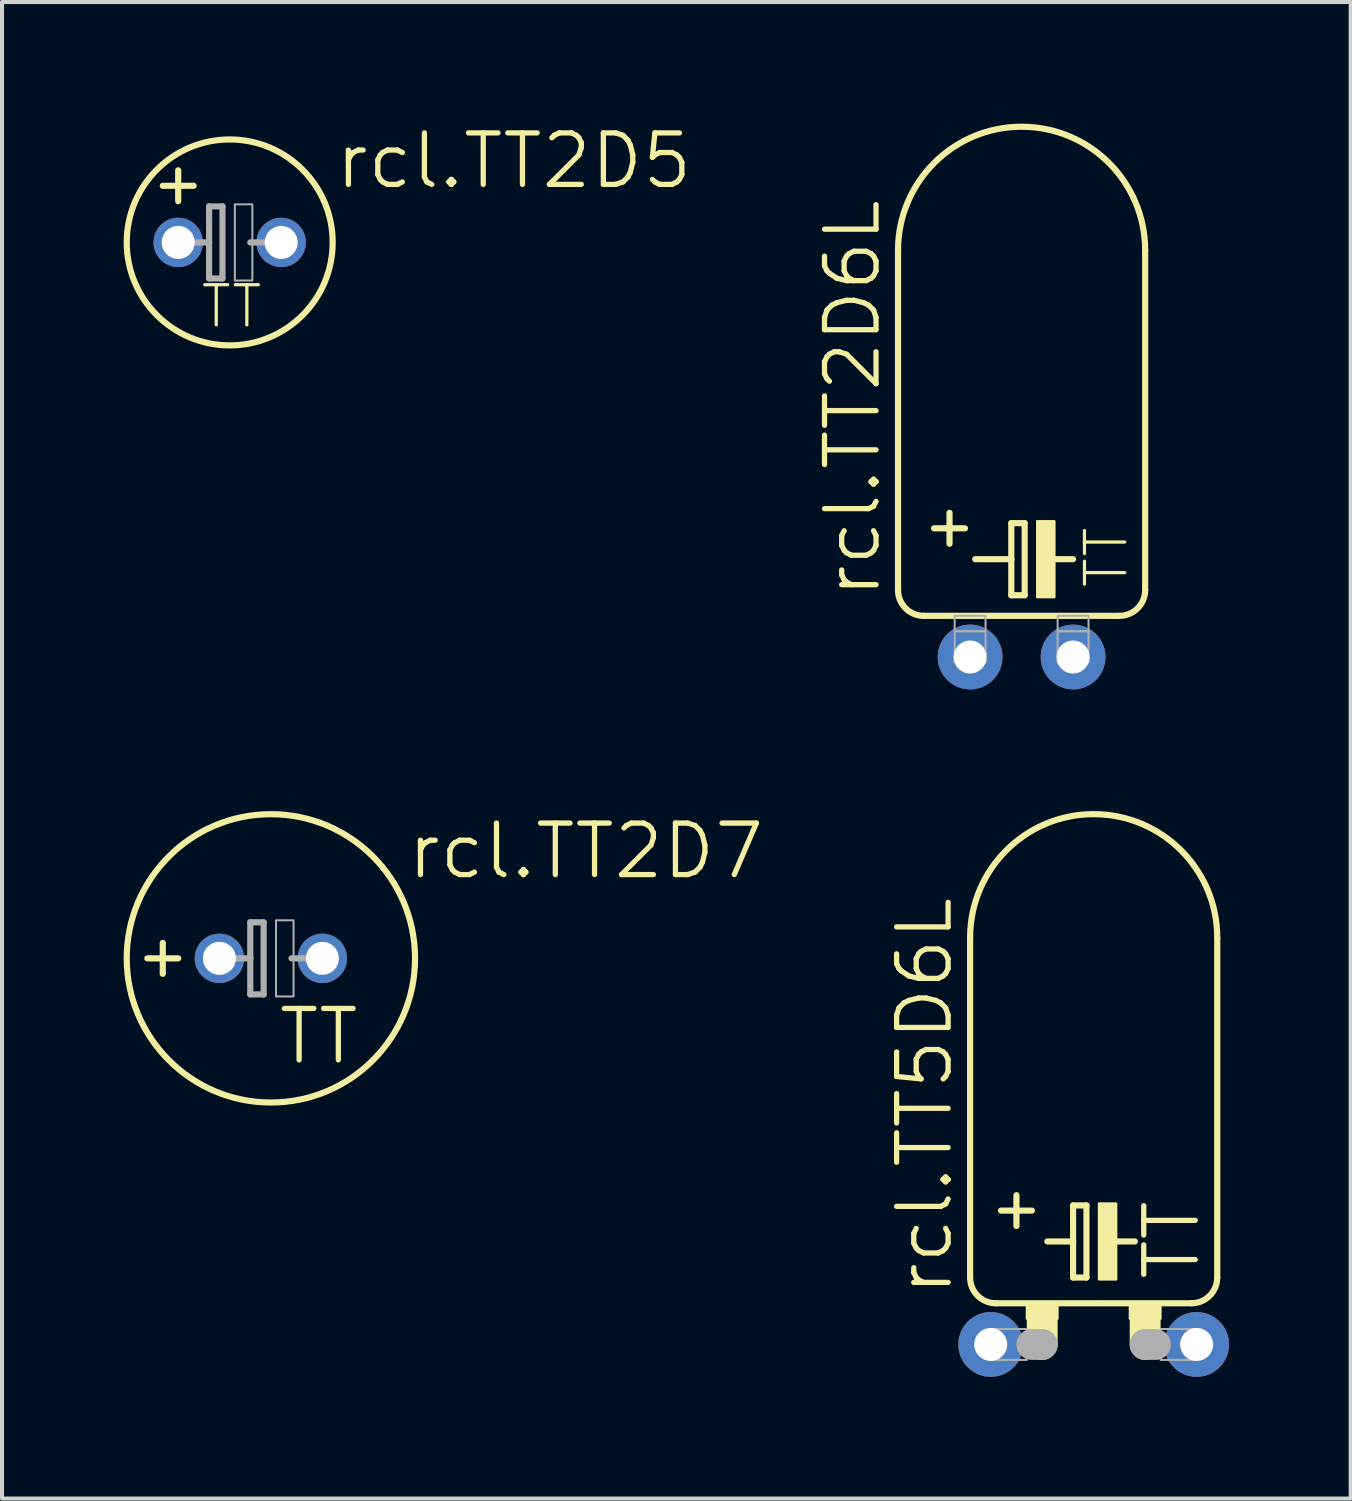
<source format=kicad_pcb>
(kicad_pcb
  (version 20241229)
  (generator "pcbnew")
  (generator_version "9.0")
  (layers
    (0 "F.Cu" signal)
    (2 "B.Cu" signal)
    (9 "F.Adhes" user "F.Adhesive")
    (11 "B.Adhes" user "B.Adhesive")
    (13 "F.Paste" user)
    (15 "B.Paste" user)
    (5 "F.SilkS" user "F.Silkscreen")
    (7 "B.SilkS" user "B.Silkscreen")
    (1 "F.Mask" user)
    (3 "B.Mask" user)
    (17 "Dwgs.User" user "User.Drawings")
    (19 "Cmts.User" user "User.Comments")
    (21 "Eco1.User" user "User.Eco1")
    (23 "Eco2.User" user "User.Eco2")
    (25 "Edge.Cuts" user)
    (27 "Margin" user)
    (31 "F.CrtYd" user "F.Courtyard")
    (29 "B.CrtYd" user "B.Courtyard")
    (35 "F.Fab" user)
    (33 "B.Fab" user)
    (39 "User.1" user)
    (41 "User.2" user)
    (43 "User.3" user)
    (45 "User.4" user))
  (footprint "rcl.TT2D7"
    (layer "F.Cu")
    (at 3.632 20.59)
    (property "Reference" "rcl.TT2D7" (at 3.302 -1.905 0) (layer "F.SilkS") (effects (font (size 1.27 1.27) (thickness 0.13)) (justify left bottom)))
    (attr through_hole)
    (fp_line (start -2.667 0.381) (end -2.667 -0.381) (stroke (width 0.152) (type default)) (layer "F.SilkS"))
    (fp_line (start -2.286 0) (end -3.048 0) (stroke (width 0.152) (type default)) (layer "F.SilkS"))
    (fp_circle (center 0 0) (end 3.556 0) (stroke (width 0.152) (type default)) (fill no) (layer "F.SilkS"))
    (fp_line (start -1.016 0) (end -0.508 0) (stroke (width 0.152) (type default)) (layer "F.Fab"))
    (fp_line (start -0.508 -0.889) (end -0.508 0) (stroke (width 0.152) (type default)) (layer "F.Fab"))
    (fp_line (start -0.508 0) (end -0.508 0.889) (stroke (width 0.152) (type default)) (layer "F.Fab"))
    (fp_line (start -0.508 0.889) (end -0.178 0.889) (stroke (width 0.152) (type default)) (layer "F.Fab"))
    (fp_line (start -0.178 -0.889) (end -0.508 -0.889) (stroke (width 0.152) (type default)) (layer "F.Fab"))
    (fp_line (start -0.178 0.889) (end -0.178 -0.889) (stroke (width 0.152) (type default)) (layer "F.Fab"))
    (fp_line (start 0.508 0) (end 1.016 0) (stroke (width 0.152) (type default)) (layer "F.Fab"))
    (fp_rect (start 0.127 0.94) (end 0.559 -0.94) (stroke (width 0.05) (type default)) (fill no) (layer "F.Fab"))
    (fp_text user "TT" (at 0.127 2.667 0) (layer "F.SilkS") (effects (font (size 1.27 1.27) (thickness 0.13)) (justify left bottom)))
    (pad "+" thru_hole circle (at -1.27 0) (size 1.219 1.219) (drill 0.813) (layers "*.Cu" "*.Mask"))
    (pad "-" thru_hole circle (at 1.27 0) (size 1.219 1.219) (drill 0.813) (layers "*.Cu" "*.Mask")))
  (footprint "rcl.TT2D6L"
    (layer "F.Cu")
    (at 22.15 13.157)
    (property "Reference" "rcl.TT2D6L" (at -3.429 -1.397 90) (layer "F.SilkS") (effects (font (size 1.27 1.27) (thickness 0.13)) (justify left bottom)))
    (attr through_hole)
    (fp_line (start -3.048 -10.033) (end -3.048 -1.651) (stroke (width 0.152) (type default)) (layer "F.SilkS"))
    (fp_line (start -2.413 -1.016) (end 2.413 -1.016) (stroke (width 0.152) (type default)) (layer "F.SilkS"))
    (fp_line (start -2.159 -3.175) (end -1.397 -3.175) (stroke (width 0.152) (type default)) (layer "F.SilkS"))
    (fp_line (start -1.778 -2.794) (end -1.778 -3.556) (stroke (width 0.152) (type default)) (layer "F.SilkS"))
    (fp_line (start -1.143 -2.413) (end -0.254 -2.413) (stroke (width 0.152) (type default)) (layer "F.SilkS"))
    (fp_line (start -0.254 -3.302) (end -0.254 -2.413) (stroke (width 0.152) (type default)) (layer "F.SilkS"))
    (fp_line (start -0.254 -2.413) (end -0.254 -1.524) (stroke (width 0.152) (type default)) (layer "F.SilkS"))
    (fp_line (start -0.254 -1.524) (end 0.076 -1.524) (stroke (width 0.152) (type default)) (layer "F.SilkS"))
    (fp_line (start 0.076 -3.302) (end -0.254 -3.302) (stroke (width 0.152) (type default)) (layer "F.SilkS"))
    (fp_line (start 0.076 -1.524) (end 0.076 -3.302) (stroke (width 0.152) (type default)) (layer "F.SilkS"))
    (fp_line (start 0.762 -2.413) (end 1.27 -2.413) (stroke (width 0.152) (type default)) (layer "F.SilkS"))
    (fp_line (start 3.048 -10.033) (end 3.048 -1.651) (stroke (width 0.152) (type default)) (layer "F.SilkS"))
    (fp_rect (start 0.381 -1.473) (end 0.813 -3.353) (stroke (width 0.05) (type default)) (fill yes) (layer "F.SilkS"))
    (fp_arc (start -3.048 -10.033) (mid 0 -13.081) (end 3.048 -10.033) (stroke (width 0.1524) (type default)) (layer "F.SilkS"))
    (fp_arc (start -2.413 -1.016) (mid -2.862013 -1.201987) (end -3.048 -1.651) (stroke (width 0.1524) (type default)) (layer "F.SilkS"))
    (fp_arc (start 3.048 -1.651) (mid 2.862013 -1.201987) (end 2.413 -1.016) (stroke (width 0.1524) (type default)) (layer "F.SilkS"))
    (fp_rect (start -1.651 -0.635) (end -0.889 -1.016) (stroke (width 0.05) (type default)) (fill no) (layer "F.Fab"))
    (fp_rect (start -1.651 0.127) (end -0.889 -0.635) (stroke (width 0.05) (type default)) (fill no) (layer "F.Fab"))
    (fp_rect (start 0.889 -0.635) (end 1.651 -1.016) (stroke (width 0.05) (type default)) (fill no) (layer "F.Fab"))
    (fp_rect (start 0.889 0.127) (end 1.651 -0.635) (stroke (width 0.05) (type default)) (fill no) (layer "F.Fab"))
    (fp_text user "TT" (at 2.667 -1.651 90) (layer "F.SilkS") (effects (font (size 0.991 0.991) (thickness 0.08)) (justify left bottom)))
    (pad "+" thru_hole circle (at -1.27 0) (size 1.6 1.6) (drill 0.813) (layers "*.Cu" "*.Mask"))
    (pad "-" thru_hole circle (at 1.27 0) (size 1.6 1.6) (drill 0.813) (layers "*.Cu" "*.Mask")))
  (footprint "rcl.TT2D5"
    (layer "F.Cu")
    (at 2.616 2.93)
    (property "Reference" "rcl.TT2D5" (at 2.54 -1.27 0) (layer "F.SilkS") (effects (font (size 1.27 1.27) (thickness 0.13)) (justify left bottom)))
    (attr through_hole)
    (fp_line (start -1.27 -1.016) (end -1.27 -1.778) (stroke (width 0.152) (type default)) (layer "F.SilkS"))
    (fp_line (start -0.889 -1.397) (end -1.651 -1.397) (stroke (width 0.152) (type default)) (layer "F.SilkS"))
    (fp_circle (center 0 0) (end 2.54 0) (stroke (width 0.152) (type default)) (fill no) (layer "F.SilkS"))
    (fp_line (start -1.016 0) (end -0.508 0) (stroke (width 0.152) (type default)) (layer "F.Fab"))
    (fp_line (start -0.508 -0.889) (end -0.508 0) (stroke (width 0.152) (type default)) (layer "F.Fab"))
    (fp_line (start -0.508 0) (end -0.508 0.889) (stroke (width 0.152) (type default)) (layer "F.Fab"))
    (fp_line (start -0.508 0.889) (end -0.178 0.889) (stroke (width 0.152) (type default)) (layer "F.Fab"))
    (fp_line (start -0.178 -0.889) (end -0.508 -0.889) (stroke (width 0.152) (type default)) (layer "F.Fab"))
    (fp_line (start -0.178 0.889) (end -0.178 -0.889) (stroke (width 0.152) (type default)) (layer "F.Fab"))
    (fp_line (start 0.508 0) (end 1.016 0) (stroke (width 0.152) (type default)) (layer "F.Fab"))
    (fp_rect (start 0.127 0.94) (end 0.559 -0.94) (stroke (width 0.05) (type default)) (fill no) (layer "F.Fab"))
    (fp_text user "TT" (at -0.762 2.159 0) (layer "F.SilkS") (effects (font (size 0.991 0.991) (thickness 0.08)) (justify left bottom)))
    (pad "+" thru_hole circle (at -1.27 0) (size 1.219 1.219) (drill 0.813) (layers "*.Cu" "*.Mask"))
    (pad "-" thru_hole circle (at 1.27 0) (size 1.219 1.219) (drill 0.813) (layers "*.Cu" "*.Mask")))
  (footprint "rcl.TT5D6L"
    (layer "F.Cu")
    (at 23.928 30.114)
    (property "Reference" "rcl.TT5D6L" (at -3.429 -1.143 90) (layer "F.SilkS") (effects (font (size 1.27 1.27) (thickness 0.13)) (justify left bottom)))
    (attr through_hole)
    (fp_line (start -3.048 -10.033) (end -3.048 -1.651) (stroke (width 0.152) (type default)) (layer "F.SilkS"))
    (fp_line (start -2.413 -1.016) (end 2.413 -1.016) (stroke (width 0.152) (type default)) (layer "F.SilkS"))
    (fp_line (start -2.286 -3.302) (end -1.524 -3.302) (stroke (width 0.152) (type default)) (layer "F.SilkS"))
    (fp_line (start -1.905 -2.921) (end -1.905 -3.683) (stroke (width 0.152) (type default)) (layer "F.SilkS"))
    (fp_line (start -1.27 -0.635) (end -1.27 0) (stroke (width 0.762) (type default)) (layer "F.SilkS"))
    (fp_line (start -1.143 -2.54) (end -0.508 -2.54) (stroke (width 0.152) (type default)) (layer "F.SilkS"))
    (fp_line (start -0.508 -3.429) (end -0.508 -2.54) (stroke (width 0.152) (type default)) (layer "F.SilkS"))
    (fp_line (start -0.508 -2.54) (end -0.508 -1.651) (stroke (width 0.152) (type default)) (layer "F.SilkS"))
    (fp_line (start -0.508 -1.651) (end -0.178 -1.651) (stroke (width 0.152) (type default)) (layer "F.SilkS"))
    (fp_line (start -0.178 -3.429) (end -0.508 -3.429) (stroke (width 0.152) (type default)) (layer "F.SilkS"))
    (fp_line (start -0.178 -1.651) (end -0.178 -3.429) (stroke (width 0.152) (type default)) (layer "F.SilkS"))
    (fp_line (start 0.508 -2.54) (end 1.016 -2.54) (stroke (width 0.152) (type default)) (layer "F.SilkS"))
    (fp_line (start 1.27 -0.635) (end 1.27 0) (stroke (width 0.762) (type default)) (layer "F.SilkS"))
    (fp_line (start 3.048 -10.033) (end 3.048 -1.651) (stroke (width 0.152) (type default)) (layer "F.SilkS"))
    (fp_rect (start -1.651 -0.635) (end -0.889 -1.016) (stroke (width 0.05) (type default)) (fill yes) (layer "F.SilkS"))
    (fp_rect (start 0.127 -1.6) (end 0.559 -3.48) (stroke (width 0.05) (type default)) (fill yes) (layer "F.SilkS"))
    (fp_rect (start 0.889 -0.635) (end 1.651 -1.016) (stroke (width 0.05) (type default)) (fill yes) (layer "F.SilkS"))
    (fp_arc (start -3.048 -10.033) (mid 0 -13.081) (end 3.048 -10.033) (stroke (width 0.1524) (type default)) (layer "F.SilkS"))
    (fp_arc (start -2.413 -1.016) (mid -2.862013 -1.201987) (end -3.048 -1.651) (stroke (width 0.1524) (type default)) (layer "F.SilkS"))
    (fp_arc (start 3.048 -1.651) (mid 2.862013 -1.201987) (end 2.413 -1.016) (stroke (width 0.1524) (type default)) (layer "F.SilkS"))
    (fp_line (start -1.524 0) (end -1.27 0) (stroke (width 0.762) (type default)) (layer "F.Fab"))
    (fp_line (start 1.524 0) (end 1.27 0) (stroke (width 0.762) (type default)) (layer "F.Fab"))
    (fp_rect (start -2.54 0.381) (end -1.651 -0.381) (stroke (width 0.05) (type default)) (fill no) (layer "F.Fab"))
    (fp_rect (start 1.651 0.381) (end 2.54 -0.381) (stroke (width 0.05) (type default)) (fill no) (layer "F.Fab"))
    (fp_text user "TT" (at 2.667 -1.524 90) (layer "F.SilkS") (effects (font (size 1.27 1.27) (thickness 0.13)) (justify left bottom)))
    (pad "+" thru_hole circle (at -2.54 0) (size 1.6 1.6) (drill 0.813) (layers "*.Cu" "*.Mask"))
    (pad "-" thru_hole circle (at 2.54 0) (size 1.6 1.6) (drill 0.813) (layers "*.Cu" "*.Mask")))
  (gr_rect
    (start -3 -3)
    (end 30.268 33.915)
    (stroke (width 0.1) (type default))
    (fill no)
    (layer "Edge.Cuts")))
</source>
